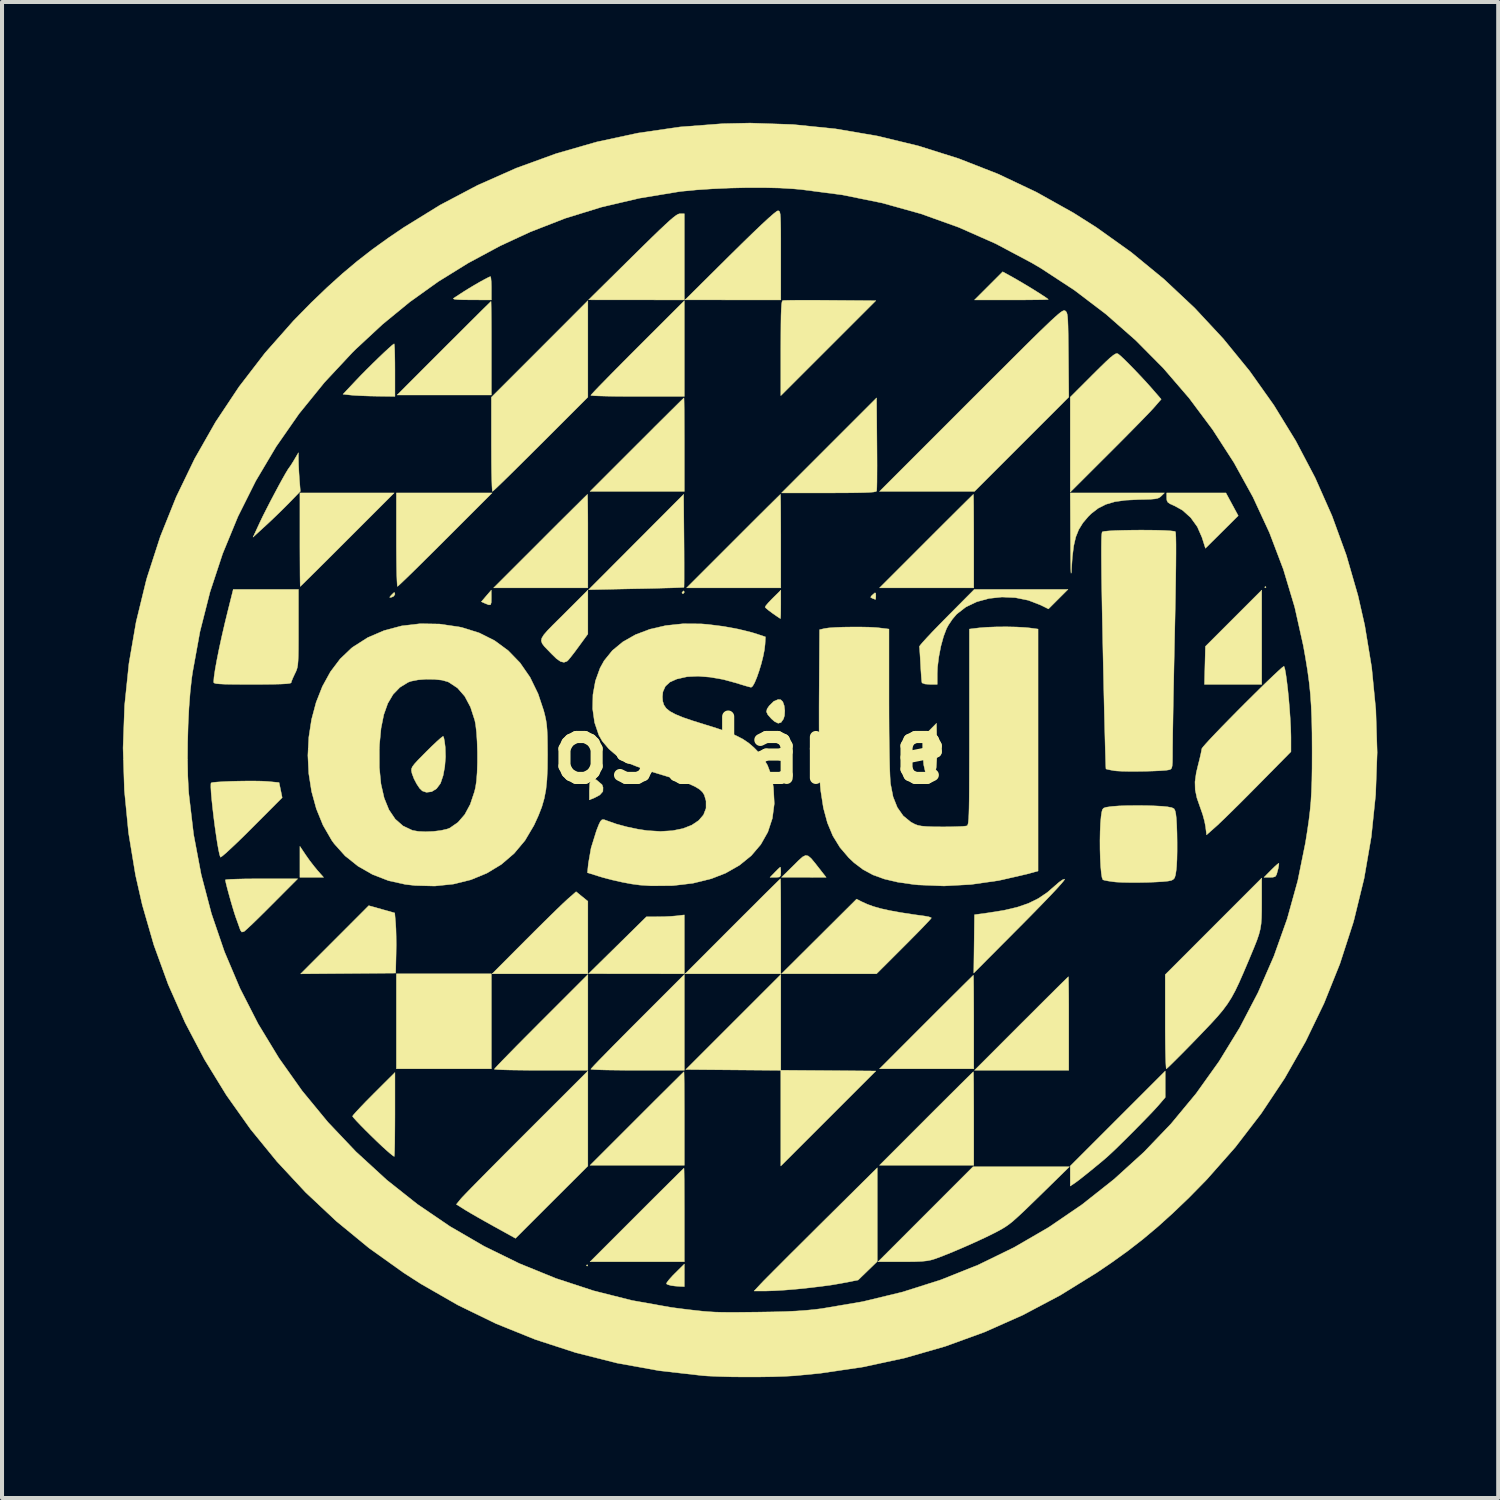
<source format=kicad_pcb>
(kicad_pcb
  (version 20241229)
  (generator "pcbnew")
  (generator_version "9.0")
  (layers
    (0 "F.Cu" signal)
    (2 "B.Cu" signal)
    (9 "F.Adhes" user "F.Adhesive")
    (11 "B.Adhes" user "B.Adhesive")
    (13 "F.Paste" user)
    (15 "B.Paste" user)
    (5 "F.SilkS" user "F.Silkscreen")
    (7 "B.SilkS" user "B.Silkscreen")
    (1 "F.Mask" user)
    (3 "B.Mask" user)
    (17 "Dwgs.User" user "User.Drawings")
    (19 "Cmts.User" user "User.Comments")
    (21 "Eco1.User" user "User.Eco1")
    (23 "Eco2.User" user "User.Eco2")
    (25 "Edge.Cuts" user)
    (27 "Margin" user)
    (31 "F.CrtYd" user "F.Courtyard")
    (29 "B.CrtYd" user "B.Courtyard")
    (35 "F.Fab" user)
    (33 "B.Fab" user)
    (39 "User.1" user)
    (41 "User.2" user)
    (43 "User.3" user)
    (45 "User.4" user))
  (footprint "osularge"
    (layer "F.Cu")
    (at 15.571 15.572)
    (property "Reference" "osularge" (at 0 0 0) (layer "F.SilkS") (effects (font (size 1.524 1.524) (thickness 0.3))))
    (attr through_hole)
    (fp_poly (pts (xy -6.423 7.91) (xy -8.781 7.91) (xy -8.781 5.552) (xy -6.423 5.552) (xy -6.423 7.91)) (stroke (width 0.01) (type solid)) (fill yes) (layer "F.SilkS"))
    (fp_poly (pts (xy -4.028 12.791) (xy -4.046 12.809) (xy -4.064 12.791) (xy -4.046 12.773) (xy -4.028 12.791)) (stroke (width 0.01) (type solid)) (fill yes) (layer "F.SilkS"))
    (fp_poly (pts (xy 12.7 -1.633) (xy 11.279 -1.633) (xy 11.303 -2.576) (xy 12.7 -3.973) (xy 12.7 -1.633)) (stroke (width 0.01) (type solid)) (fill yes) (layer "F.SilkS"))
    (fp_poly (pts (xy 12.809 -4.046) (xy 12.791 -4.028) (xy 12.773 -4.046) (xy 12.791 -4.064) (xy 12.809 -4.046)) (stroke (width 0.01) (type solid)) (fill yes) (layer "F.SilkS"))
    (fp_poly (pts (xy -11.033 2.601) (xy -10.932 2.744) (xy -10.818 2.891) (xy -10.739 2.987) (xy -10.589 3.157) (xy -11.176 3.157) (xy -11.176 2.387) (xy -11.033 2.601)) (stroke (width 0.01) (type solid)) (fill yes) (layer "F.SilkS"))
    (fp_poly (pts (xy -8.817 -3.869) (xy -8.848 -3.821) (xy -8.893 -3.799) (xy -8.945 -3.788) (xy -8.941 -3.808) (xy -8.906 -3.849) (xy -8.848 -3.907) (xy -8.823 -3.91) (xy -8.817 -3.869)) (stroke (width 0.01) (type solid)) (fill yes) (layer "F.SilkS"))
    (fp_poly (pts (xy -1.633 -3.927) (xy -1.633 -3.919) (xy -1.661 -3.884) (xy -1.671 -3.883) (xy -1.693 -3.905) (xy -1.687 -3.919) (xy -1.655 -3.953) (xy -1.649 -3.955) (xy -1.633 -3.927)) (stroke (width 0.01) (type solid)) (fill yes) (layer "F.SilkS"))
    (fp_poly (pts (xy -6.424 -3.783) (xy -6.426 -3.667) (xy -6.442 -3.612) (xy -6.485 -3.606) (xy -6.567 -3.638) (xy -6.575 -3.641) (xy -6.672 -3.685) (xy -6.549 -3.829) (xy -6.425 -3.973) (xy -6.424 -3.783)) (stroke (width 0.01) (type solid)) (fill yes) (layer "F.SilkS"))
    (fp_poly (pts (xy -1.633 5.552) (xy -2.821 5.55) (xy -4.01 5.549) (xy -3.292 4.843) (xy -2.575 4.137) (xy -2.294 4.136) (xy -2.126 4.133) (xy -1.955 4.124) (xy -1.823 4.113) (xy -1.633 4.09) (xy -1.633 5.552)) (stroke (width 0.01) (type solid)) (fill yes) (layer "F.SilkS"))
    (fp_poly (pts (xy 0.762 7.946) (xy 1.942 7.955) (xy 3.121 7.965) (xy 1.942 9.144) (xy 0.762 10.323) (xy 0.762 7.948) (xy -0.418 7.938) (xy -1.597 7.928) (xy -0.418 6.749) (xy 0.762 5.57) (xy 0.762 7.946)) (stroke (width 0.01) (type solid)) (fill yes) (layer "F.SilkS"))
    (fp_poly (pts (xy 3.118 -3.895) (xy 3.121 -3.834) (xy 3.118 -3.764) (xy 3.111 -3.74) (xy 3.075 -3.754) (xy 3.037 -3.768) (xy 2.994 -3.791) (xy 3.003 -3.821) (xy 3.046 -3.862) (xy 3.099 -3.907) (xy 3.118 -3.895)) (stroke (width 0.01) (type solid)) (fill yes) (layer "F.SilkS"))
    (fp_poly (pts (xy -1.633 13.317) (xy -1.751 13.312) (xy -1.866 13.303) (xy -1.959 13.291) (xy -2.039 13.269) (xy -2.077 13.249) (xy -2.065 13.214) (xy -2.01 13.142) (xy -1.923 13.045) (xy -1.868 12.99) (xy -1.633 12.757) (xy -1.633 13.317)) (stroke (width 0.01) (type solid)) (fill yes) (layer "F.SilkS"))
    (fp_poly (pts (xy 1.442 2.626) (xy 1.515 2.688) (xy 1.61 2.802) (xy 1.71 2.93) (xy 1.888 3.157) (xy 1.334 3.156) (xy 0.78 3.156) (xy 1.08 2.861) (xy 1.21 2.732) (xy 1.304 2.649) (xy 1.377 2.613) (xy 1.442 2.626)) (stroke (width 0.01) (type solid)) (fill yes) (layer "F.SilkS"))
    (fp_poly (pts (xy -9.145 3.95) (xy -8.822 4.041) (xy -8.8 4.297) (xy -8.792 4.435) (xy -8.787 4.621) (xy -8.785 4.831) (xy -8.788 5.041) (xy -8.788 5.044) (xy -8.799 5.534) (xy -11.158 5.553) (xy -10.312 4.706) (xy -9.467 3.86) (xy -9.145 3.95)) (stroke (width 0.01) (type solid)) (fill yes) (layer "F.SilkS"))
    (fp_poly (pts (xy 0.758 2.935) (xy 0.762 3.013) (xy 0.762 3.03) (xy 0.757 3.113) (xy 0.727 3.149) (xy 0.651 3.157) (xy 0.628 3.157) (xy 0.494 3.157) (xy 0.617 3.03) (xy 0.69 2.956) (xy 0.74 2.91) (xy 0.751 2.903) (xy 0.758 2.935)) (stroke (width 0.01) (type solid)) (fill yes) (layer "F.SilkS"))
    (fp_poly (pts (xy -4.174 3.632) (xy -4.028 3.75) (xy -4.028 5.552) (xy -6.404 5.552) (xy -5.57 4.715) (xy -5.357 4.502) (xy -5.151 4.298) (xy -4.96 4.11) (xy -4.792 3.946) (xy -4.655 3.814) (xy -4.557 3.723) (xy -4.528 3.696) (xy -4.32 3.514) (xy -4.174 3.632)) (stroke (width 0.01) (type solid)) (fill yes) (layer "F.SilkS"))
    (fp_poly (pts (xy 13.126 2.809) (xy 13.125 2.848) (xy 13.11 2.934) (xy 13.096 2.989) (xy 13.068 3.09) (xy 13.035 3.139) (xy 12.976 3.155) (xy 12.906 3.157) (xy 12.757 3.157) (xy 12.935 2.976) (xy 13.024 2.889) (xy 13.092 2.829) (xy 13.125 2.808) (xy 13.126 2.809)) (stroke (width 0.01) (type solid)) (fill yes) (layer "F.SilkS"))
    (fp_poly (pts (xy -3.82 0.735) (xy -3.782 0.766) (xy -3.716 0.823) (xy -3.68 0.852) (xy -3.678 0.853) (xy -3.666 0.882) (xy -3.651 0.927) (xy -3.655 1.025) (xy -3.731 1.112) (xy -3.855 1.179) (xy -3.991 1.235) (xy -3.991 1.003) (xy -3.982 0.835) (xy -3.951 0.736) (xy -3.898 0.703) (xy -3.82 0.735)) (stroke (width 0.01) (type solid)) (fill yes) (layer "F.SilkS"))
    (fp_poly (pts (xy -1.633 -11.176) (xy -2.821 -11.178) (xy -4.01 -11.179) (xy -2.928 -12.248) (xy -2.657 -12.515) (xy -2.433 -12.734) (xy -2.25 -12.911) (xy -2.103 -13.049) (xy -1.989 -13.153) (xy -1.901 -13.228) (xy -1.835 -13.277) (xy -1.787 -13.305) (xy -1.751 -13.316) (xy -1.739 -13.317) (xy -1.633 -13.317) (xy -1.633 -11.176)) (stroke (width 0.01) (type solid)) (fill yes) (layer "F.SilkS"))
    (fp_poly (pts (xy 4.636 -0.123) (xy 4.636 0.184) (xy 4.621 0.421) (xy 4.593 0.588) (xy 4.551 0.684) (xy 4.494 0.711) (xy 4.424 0.669) (xy 4.409 0.654) (xy 4.35 0.543) (xy 4.309 0.363) (xy 4.288 0.113) (xy 4.284 -0.042) (xy 4.282 -0.321) (xy 4.454 -0.493) (xy 4.626 -0.666) (xy 4.636 -0.123)) (stroke (width 0.01) (type solid)) (fill yes) (layer "F.SilkS"))
    (fp_poly (pts (xy 11.076 -6.386) (xy 11.811 -6.386) (xy 12.117 -5.82) (xy 11.71 -5.415) (xy 11.303 -5.011) (xy 11.216 -5.285) (xy 11.101 -5.546) (xy 10.937 -5.773) (xy 10.736 -5.954) (xy 10.54 -6.063) (xy 10.428 -6.113) (xy 10.369 -6.154) (xy 10.345 -6.204) (xy 10.341 -6.266) (xy 10.341 -6.386) (xy 11.076 -6.386)) (stroke (width 0.01) (type solid)) (fill yes) (layer "F.SilkS"))
    (fp_poly (pts (xy 0.76 -1.252) (xy 0.811 -1.202) (xy 0.846 -1.104) (xy 0.861 -0.982) (xy 0.854 -0.859) (xy 0.828 -0.774) (xy 0.768 -0.688) (xy 0.696 -0.667) (xy 0.604 -0.713) (xy 0.529 -0.779) (xy 0.441 -0.878) (xy 0.406 -0.953) (xy 0.422 -1.025) (xy 0.475 -1.102) (xy 0.587 -1.212) (xy 0.696 -1.258) (xy 0.76 -1.252)) (stroke (width 0.01) (type solid)) (fill yes) (layer "F.SilkS"))
    (fp_poly (pts (xy 0.762 -3.618) (xy 0.761 -3.468) (xy 0.759 -3.35) (xy 0.755 -3.279) (xy 0.753 -3.266) (xy 0.721 -3.285) (xy 0.647 -3.335) (xy 0.562 -3.394) (xy 0.465 -3.466) (xy 0.396 -3.523) (xy 0.372 -3.55) (xy 0.391 -3.586) (xy 0.451 -3.658) (xy 0.54 -3.751) (xy 0.562 -3.773) (xy 0.762 -3.971) (xy 0.762 -3.618)) (stroke (width 0.01) (type solid)) (fill yes) (layer "F.SilkS"))
    (fp_poly (pts (xy -1.641 -5.202) (xy -1.639 -4.921) (xy -1.638 -4.664) (xy -1.638 -4.44) (xy -1.638 -4.258) (xy -1.639 -4.126) (xy -1.641 -4.054) (xy -1.643 -4.042) (xy -1.68 -4.039) (xy -1.781 -4.035) (xy -1.938 -4.029) (xy -2.142 -4.024) (xy -2.383 -4.017) (xy -2.654 -4.011) (xy -2.831 -4.008) (xy -4.01 -3.983) (xy -1.651 -6.35) (xy -1.641 -5.202)) (stroke (width 0.01) (type solid)) (fill yes) (layer "F.SilkS"))
    (fp_poly (pts (xy -9.997 -5.225) (xy -10.236 -4.986) (xy -10.458 -4.764) (xy -10.659 -4.564) (xy -10.834 -4.39) (xy -10.978 -4.248) (xy -11.084 -4.143) (xy -11.149 -4.08) (xy -11.167 -4.064) (xy -11.169 -4.099) (xy -11.171 -4.198) (xy -11.173 -4.352) (xy -11.174 -4.553) (xy -11.175 -4.792) (xy -11.176 -5.061) (xy -11.176 -5.225) (xy -11.176 -6.386) (xy -8.836 -6.386) (xy -9.997 -5.225)) (stroke (width 0.01) (type solid)) (fill yes) (layer "F.SilkS"))
    (fp_poly (pts (xy -7.566 -5.225) (xy -7.805 -4.986) (xy -8.029 -4.764) (xy -8.232 -4.563) (xy -8.409 -4.389) (xy -8.555 -4.248) (xy -8.665 -4.143) (xy -8.733 -4.08) (xy -8.754 -4.064) (xy -8.76 -4.099) (xy -8.766 -4.198) (xy -8.772 -4.352) (xy -8.776 -4.553) (xy -8.779 -4.792) (xy -8.781 -5.061) (xy -8.781 -5.225) (xy -8.781 -6.386) (xy -6.405 -6.386) (xy -7.566 -5.225)) (stroke (width 0.01) (type solid)) (fill yes) (layer "F.SilkS"))
    (fp_poly (pts (xy -6.43 -11.105) (xy -6.428 -11.006) (xy -6.426 -10.852) (xy -6.424 -10.651) (xy -6.423 -10.411) (xy -6.423 -10.143) (xy -6.423 -9.979) (xy -6.423 -8.817) (xy -8.763 -8.817) (xy -7.602 -9.979) (xy -7.363 -10.217) (xy -7.14 -10.439) (xy -6.939 -10.64) (xy -6.764 -10.814) (xy -6.621 -10.956) (xy -6.514 -11.06) (xy -6.45 -11.123) (xy -6.432 -11.14) (xy -6.43 -11.105)) (stroke (width 0.01) (type solid)) (fill yes) (layer "F.SilkS"))
    (fp_poly (pts (xy -4.035 -6.315) (xy -4.033 -6.216) (xy -4.031 -6.062) (xy -4.029 -5.861) (xy -4.028 -5.622) (xy -4.028 -5.353) (xy -4.028 -5.189) (xy -4.028 -4.028) (xy -6.368 -4.028) (xy -5.207 -5.189) (xy -4.968 -5.428) (xy -4.746 -5.65) (xy -4.544 -5.85) (xy -4.369 -6.024) (xy -4.226 -6.166) (xy -4.12 -6.271) (xy -4.055 -6.334) (xy -4.037 -6.35) (xy -4.035 -6.315)) (stroke (width 0.01) (type solid)) (fill yes) (layer "F.SilkS"))
    (fp_poly (pts (xy -4.028 7.947) (xy -5.189 7.947) (xy -5.471 7.946) (xy -5.728 7.943) (xy -5.952 7.94) (xy -6.134 7.935) (xy -6.266 7.929) (xy -6.338 7.923) (xy -6.35 7.919) (xy -6.325 7.889) (xy -6.254 7.812) (xy -6.142 7.695) (xy -5.993 7.543) (xy -5.814 7.36) (xy -5.608 7.152) (xy -5.382 6.925) (xy -5.189 6.731) (xy -4.028 5.57) (xy -4.028 7.947)) (stroke (width 0.01) (type solid)) (fill yes) (layer "F.SilkS"))
    (fp_poly (pts (xy -1.64 -8.71) (xy -1.638 -8.611) (xy -1.636 -8.457) (xy -1.635 -8.256) (xy -1.634 -8.017) (xy -1.633 -7.748) (xy -1.633 -7.584) (xy -1.633 -6.423) (xy -3.973 -6.423) (xy -2.812 -7.584) (xy -2.573 -7.822) (xy -2.351 -8.045) (xy -2.149 -8.245) (xy -1.974 -8.419) (xy -1.831 -8.561) (xy -1.725 -8.666) (xy -1.66 -8.728) (xy -1.642 -8.745) (xy -1.64 -8.71)) (stroke (width 0.01) (type solid)) (fill yes) (layer "F.SilkS"))
    (fp_poly (pts (xy -1.64 8.018) (xy -1.638 8.117) (xy -1.636 8.271) (xy -1.635 8.472) (xy -1.634 8.711) (xy -1.633 8.98) (xy -1.633 9.144) (xy -1.633 10.305) (xy -3.973 10.305) (xy -2.812 9.144) (xy -2.573 8.905) (xy -2.351 8.683) (xy -2.149 8.483) (xy -1.974 8.309) (xy -1.831 8.167) (xy -1.725 8.062) (xy -1.66 7.999) (xy -1.642 7.983) (xy -1.64 8.018)) (stroke (width 0.01) (type solid)) (fill yes) (layer "F.SilkS"))
    (fp_poly (pts (xy -1.64 10.413) (xy -1.638 10.511) (xy -1.636 10.666) (xy -1.635 10.867) (xy -1.634 11.106) (xy -1.633 11.375) (xy -1.633 11.539) (xy -1.633 12.7) (xy -3.973 12.7) (xy -2.812 11.539) (xy -2.573 11.3) (xy -2.351 11.078) (xy -2.149 10.878) (xy -1.974 10.704) (xy -1.831 10.562) (xy -1.725 10.457) (xy -1.66 10.394) (xy -1.642 10.378) (xy -1.64 10.413)) (stroke (width 0.01) (type solid)) (fill yes) (layer "F.SilkS"))
    (fp_poly (pts (xy -1.633 -8.781) (xy -2.794 -8.781) (xy -3.076 -8.782) (xy -3.333 -8.784) (xy -3.557 -8.788) (xy -3.739 -8.793) (xy -3.871 -8.798) (xy -3.944 -8.805) (xy -3.955 -8.809) (xy -3.93 -8.839) (xy -3.859 -8.916) (xy -3.747 -9.033) (xy -3.598 -9.185) (xy -3.419 -9.368) (xy -3.213 -9.576) (xy -2.988 -9.803) (xy -2.794 -9.997) (xy -1.633 -11.157) (xy -1.633 -8.781)) (stroke (width 0.01) (type solid)) (fill yes) (layer "F.SilkS"))
    (fp_poly (pts (xy -1.633 7.947) (xy -2.794 7.947) (xy -3.076 7.946) (xy -3.333 7.943) (xy -3.557 7.94) (xy -3.739 7.935) (xy -3.871 7.929) (xy -3.944 7.923) (xy -3.955 7.919) (xy -3.93 7.889) (xy -3.859 7.812) (xy -3.747 7.695) (xy -3.598 7.543) (xy -3.419 7.36) (xy -3.213 7.152) (xy -2.988 6.925) (xy -2.794 6.731) (xy -1.633 5.57) (xy -1.633 7.947)) (stroke (width 0.01) (type solid)) (fill yes) (layer "F.SilkS"))
    (fp_poly (pts (xy 0.755 3.228) (xy 0.757 3.327) (xy 0.759 3.481) (xy 0.76 3.683) (xy 0.761 3.923) (xy 0.762 4.193) (xy 0.762 4.372) (xy 0.762 5.552) (xy -1.614 5.552) (xy -0.435 4.372) (xy -0.195 4.132) (xy 0.03 3.908) (xy 0.233 3.705) (xy 0.41 3.529) (xy 0.556 3.385) (xy 0.665 3.278) (xy 0.732 3.212) (xy 0.753 3.193) (xy 0.755 3.228)) (stroke (width 0.01) (type solid)) (fill yes) (layer "F.SilkS"))
    (fp_poly (pts (xy 0.755 -6.315) (xy 0.757 -6.216) (xy 0.759 -6.062) (xy 0.76 -5.861) (xy 0.761 -5.622) (xy 0.762 -5.353) (xy 0.762 -5.189) (xy 0.762 -4.028) (xy -1.578 -4.028) (xy -0.417 -5.189) (xy -0.178 -5.428) (xy 0.044 -5.65) (xy 0.245 -5.85) (xy 0.42 -6.024) (xy 0.564 -6.166) (xy 0.67 -6.271) (xy 0.735 -6.334) (xy 0.753 -6.35) (xy 0.755 -6.315)) (stroke (width 0.01) (type solid)) (fill yes) (layer "F.SilkS"))
    (fp_poly (pts (xy 5.545 -6.315) (xy 5.547 -6.216) (xy 5.549 -6.062) (xy 5.55 -5.861) (xy 5.551 -5.622) (xy 5.552 -5.353) (xy 5.552 -5.189) (xy 5.552 -4.028) (xy 3.212 -4.028) (xy 4.372 -5.189) (xy 4.611 -5.428) (xy 4.834 -5.65) (xy 5.035 -5.85) (xy 5.21 -6.024) (xy 5.353 -6.166) (xy 5.46 -6.271) (xy 5.524 -6.334) (xy 5.542 -6.35) (xy 5.545 -6.315)) (stroke (width 0.01) (type solid)) (fill yes) (layer "F.SilkS"))
    (fp_poly (pts (xy 5.545 5.623) (xy 5.547 5.722) (xy 5.549 5.876) (xy 5.55 6.077) (xy 5.551 6.316) (xy 5.552 6.585) (xy 5.552 6.749) (xy 5.552 7.91) (xy 3.212 7.91) (xy 4.372 6.749) (xy 4.611 6.51) (xy 4.834 6.288) (xy 5.035 6.088) (xy 5.21 5.914) (xy 5.353 5.772) (xy 5.46 5.667) (xy 5.524 5.604) (xy 5.542 5.588) (xy 5.545 5.623)) (stroke (width 0.01) (type solid)) (fill yes) (layer "F.SilkS"))
    (fp_poly (pts (xy 5.545 8.018) (xy 5.547 8.117) (xy 5.549 8.271) (xy 5.55 8.472) (xy 5.551 8.711) (xy 5.552 8.98) (xy 5.552 9.144) (xy 5.552 10.305) (xy 3.212 10.305) (xy 4.372 9.144) (xy 4.611 8.905) (xy 4.834 8.683) (xy 5.035 8.483) (xy 5.21 8.309) (xy 5.353 8.167) (xy 5.46 8.062) (xy 5.524 7.999) (xy 5.542 7.983) (xy 5.545 8.018)) (stroke (width 0.01) (type solid)) (fill yes) (layer "F.SilkS"))
    (fp_poly (pts (xy 6.519 -11.739) (xy 6.646 -11.666) (xy 6.794 -11.579) (xy 6.949 -11.486) (xy 7.099 -11.393) (xy 7.231 -11.309) (xy 7.333 -11.242) (xy 7.392 -11.2) (xy 7.402 -11.189) (xy 7.368 -11.186) (xy 7.27 -11.182) (xy 7.119 -11.18) (xy 6.925 -11.178) (xy 6.697 -11.176) (xy 6.486 -11.176) (xy 5.57 -11.176) (xy 5.92 -11.526) (xy 6.27 -11.876) (xy 6.519 -11.739)) (stroke (width 0.01) (type solid)) (fill yes) (layer "F.SilkS"))
    (fp_poly (pts (xy 7.903 5.659) (xy 7.905 5.758) (xy 7.907 5.912) (xy 7.909 6.113) (xy 7.91 6.353) (xy 7.91 6.621) (xy 7.91 6.785) (xy 7.91 7.947) (xy 5.57 7.947) (xy 6.731 6.785) (xy 6.97 6.547) (xy 7.192 6.325) (xy 7.394 6.124) (xy 7.569 5.95) (xy 7.712 5.808) (xy 7.818 5.704) (xy 7.883 5.641) (xy 7.901 5.624) (xy 7.903 5.659)) (stroke (width 0.01) (type solid)) (fill yes) (layer "F.SilkS"))
    (fp_poly (pts (xy 1.582 -11.17) (xy 1.854 -11.168) (xy 1.987 -11.167) (xy 3.121 -11.158) (xy 1.942 -9.979) (xy 0.762 -8.8) (xy 0.762 -9.971) (xy 0.763 -10.31) (xy 0.765 -10.582) (xy 0.768 -10.794) (xy 0.774 -10.951) (xy 0.781 -11.06) (xy 0.791 -11.127) (xy 0.804 -11.157) (xy 0.808 -11.16) (xy 0.854 -11.164) (xy 0.964 -11.167) (xy 1.128 -11.169) (xy 1.337 -11.17) (xy 1.582 -11.17)) (stroke (width 0.01) (type solid)) (fill yes) (layer "F.SilkS"))
    (fp_poly (pts (xy 3.148 -7.611) (xy 3.15 -7.33) (xy 3.151 -7.072) (xy 3.15 -6.845) (xy 3.149 -6.658) (xy 3.146 -6.522) (xy 3.142 -6.445) (xy 3.14 -6.432) (xy 3.119 -6.419) (xy 3.064 -6.408) (xy 2.967 -6.4) (xy 2.824 -6.394) (xy 2.628 -6.39) (xy 2.373 -6.387) (xy 2.054 -6.386) (xy 1.952 -6.386) (xy 0.781 -6.386) (xy 1.96 -7.566) (xy 3.139 -8.745) (xy 3.148 -7.611)) (stroke (width 0.01) (type solid)) (fill yes) (layer "F.SilkS"))
    (fp_poly (pts (xy -4.028 -8.763) (xy -5.198 -7.593) (xy -5.439 -7.353) (xy -5.664 -7.13) (xy -5.868 -6.928) (xy -6.046 -6.753) (xy -6.193 -6.61) (xy -6.304 -6.504) (xy -6.373 -6.44) (xy -6.396 -6.423) (xy -6.402 -6.457) (xy -6.408 -6.556) (xy -6.413 -6.711) (xy -6.418 -6.912) (xy -6.421 -7.151) (xy -6.422 -7.421) (xy -6.423 -7.592) (xy -6.423 -8.761) (xy -5.225 -9.959) (xy -4.028 -11.158) (xy -4.028 -8.763)) (stroke (width 0.01) (type solid)) (fill yes) (layer "F.SilkS"))
    (fp_poly (pts (xy -4.028 -2.883) (xy -4.264 -2.56) (xy -4.363 -2.426) (xy -4.451 -2.313) (xy -4.516 -2.235) (xy -4.545 -2.207) (xy -4.621 -2.18) (xy -4.705 -2.2) (xy -4.807 -2.271) (xy -4.925 -2.386) (xy -5.031 -2.495) (xy -5.112 -2.58) (xy -5.163 -2.65) (xy -5.184 -2.715) (xy -5.17 -2.784) (xy -5.119 -2.866) (xy -5.029 -2.97) (xy -4.897 -3.106) (xy -4.719 -3.282) (xy -4.632 -3.368) (xy -4.028 -3.973) (xy -4.028 -2.883)) (stroke (width 0.01) (type solid)) (fill yes) (layer "F.SilkS"))
    (fp_poly (pts (xy -4.028 10.324) (xy -4.926 11.221) (xy -5.824 12.118) (xy -6.368 11.817) (xy -6.565 11.707) (xy -6.754 11.6) (xy -6.921 11.504) (xy -7.049 11.428) (xy -7.102 11.395) (xy -7.292 11.275) (xy -7.186 11.144) (xy -7.142 11.095) (xy -7.05 10.999) (xy -6.918 10.863) (xy -6.748 10.69) (xy -6.547 10.486) (xy -6.318 10.255) (xy -6.068 10.003) (xy -5.8 9.735) (xy -5.554 9.489) (xy -4.028 7.965) (xy -4.028 10.324)) (stroke (width 0.01) (type solid)) (fill yes) (layer "F.SilkS"))
    (fp_poly (pts (xy 0.709 -13.387) (xy 0.726 -13.376) (xy 0.738 -13.349) (xy 0.748 -13.297) (xy 0.754 -13.213) (xy 0.758 -13.09) (xy 0.761 -12.921) (xy 0.762 -12.696) (xy 0.762 -12.41) (xy 0.762 -12.283) (xy 0.762 -11.176) (xy -0.426 -11.177) (xy -1.615 -11.178) (xy -0.5 -12.284) (xy -0.196 -12.583) (xy 0.066 -12.838) (xy 0.284 -13.046) (xy 0.457 -13.206) (xy 0.584 -13.317) (xy 0.663 -13.378) (xy 0.689 -13.389) (xy 0.709 -13.387)) (stroke (width 0.01) (type solid)) (fill yes) (layer "F.SilkS"))
    (fp_poly (pts (xy -8.831 -10.053) (xy -8.825 -9.958) (xy -8.821 -9.812) (xy -8.818 -9.629) (xy -8.817 -9.434) (xy -8.817 -8.781) (xy -9.262 -8.787) (xy -9.457 -8.791) (xy -9.647 -8.798) (xy -9.808 -8.806) (xy -9.906 -8.814) (xy -10.106 -8.836) (xy -9.797 -9.164) (xy -9.67 -9.297) (xy -9.527 -9.442) (xy -9.376 -9.592) (xy -9.228 -9.736) (xy -9.091 -9.867) (xy -8.974 -9.975) (xy -8.888 -10.051) (xy -8.841 -10.086) (xy -8.837 -10.087) (xy -8.831 -10.053)) (stroke (width 0.01) (type solid)) (fill yes) (layer "F.SilkS"))
    (fp_poly (pts (xy -6.435 -11.723) (xy -6.427 -11.634) (xy -6.423 -11.507) (xy -6.423 -11.466) (xy -6.423 -11.176) (xy -6.921 -11.178) (xy -7.122 -11.18) (xy -7.258 -11.185) (xy -7.337 -11.193) (xy -7.367 -11.205) (xy -7.357 -11.222) (xy -7.354 -11.223) (xy -7.287 -11.267) (xy -7.186 -11.333) (xy -7.106 -11.385) (xy -6.984 -11.461) (xy -6.847 -11.543) (xy -6.709 -11.623) (xy -6.586 -11.69) (xy -6.493 -11.738) (xy -6.447 -11.757) (xy -6.446 -11.757) (xy -6.435 -11.723)) (stroke (width 0.01) (type solid)) (fill yes) (layer "F.SilkS"))
    (fp_poly (pts (xy 2.764 3.759) (xy 2.903 3.823) (xy 3.06 3.88) (xy 3.245 3.933) (xy 3.467 3.982) (xy 3.736 4.031) (xy 4.061 4.081) (xy 4.345 4.12) (xy 4.439 4.138) (xy 4.494 4.159) (xy 4.499 4.166) (xy 4.475 4.198) (xy 4.405 4.273) (xy 4.298 4.386) (xy 4.159 4.529) (xy 3.995 4.695) (xy 3.819 4.872) (xy 3.138 5.552) (xy 1.959 5.551) (xy 0.78 5.551) (xy 1.712 4.624) (xy 2.643 3.697) (xy 2.764 3.759)) (stroke (width 0.01) (type solid)) (fill yes) (layer "F.SilkS"))
    (fp_poly (pts (xy 7.807 3.202) (xy 7.794 3.231) (xy 7.731 3.308) (xy 7.622 3.43) (xy 7.469 3.593) (xy 7.275 3.795) (xy 7.043 4.033) (xy 6.775 4.305) (xy 6.704 4.376) (xy 5.552 5.534) (xy 5.561 4.809) (xy 5.57 4.085) (xy 5.906 4.039) (xy 6.296 3.977) (xy 6.625 3.9) (xy 6.907 3.804) (xy 7.153 3.683) (xy 7.376 3.533) (xy 7.571 3.364) (xy 7.67 3.278) (xy 7.753 3.22) (xy 7.805 3.201) (xy 7.807 3.202)) (stroke (width 0.01) (type solid)) (fill yes) (layer "F.SilkS"))
    (fp_poly (pts (xy 10.305 8.621) (xy 10.135 8.819) (xy 10.046 8.918) (xy 9.916 9.055) (xy 9.757 9.219) (xy 9.581 9.398) (xy 9.399 9.581) (xy 9.223 9.755) (xy 9.066 9.909) (xy 8.937 10.03) (xy 8.872 10.09) (xy 8.744 10.2) (xy 8.594 10.324) (xy 8.438 10.452) (xy 8.288 10.572) (xy 8.161 10.672) (xy 8.068 10.741) (xy 8.046 10.756) (xy 7.947 10.821) (xy 7.947 10.323) (xy 9.126 9.144) (xy 10.305 7.965) (xy 10.305 8.621)) (stroke (width 0.01) (type solid)) (fill yes) (layer "F.SilkS"))
    (fp_poly (pts (xy 3.157 12.693) (xy 2.681 13.154) (xy 2.275 13.233) (xy 2.049 13.272) (xy 1.775 13.31) (xy 1.474 13.346) (xy 1.165 13.378) (xy 0.868 13.403) (xy 0.602 13.419) (xy 0.387 13.426) (xy 0.38 13.426) (xy 0.099 13.426) (xy 0.274 13.239) (xy 0.333 13.177) (xy 0.439 13.07) (xy 0.585 12.923) (xy 0.766 12.742) (xy 0.975 12.532) (xy 1.209 12.3) (xy 1.46 12.05) (xy 1.723 11.788) (xy 1.803 11.709) (xy 3.157 10.367) (xy 3.157 12.693)) (stroke (width 0.01) (type solid)) (fill yes) (layer "F.SilkS"))
    (fp_poly (pts (xy -11.212 -7.203) (xy -11.209 -7.076) (xy -11.201 -6.91) (xy -11.19 -6.74) (xy -11.189 -6.723) (xy -11.165 -6.426) (xy -11.434 -6.148) (xy -11.58 -6.001) (xy -11.754 -5.831) (xy -11.928 -5.665) (xy -12.021 -5.579) (xy -12.339 -5.288) (xy -12.173 -5.647) (xy -12.101 -5.798) (xy -12.01 -5.978) (xy -11.909 -6.175) (xy -11.803 -6.376) (xy -11.7 -6.569) (xy -11.605 -6.742) (xy -11.526 -6.881) (xy -11.469 -6.975) (xy -11.449 -7.003) (xy -11.405 -7.065) (xy -11.343 -7.163) (xy -11.309 -7.221) (xy -11.213 -7.384) (xy -11.212 -7.203)) (stroke (width 0.01) (type solid)) (fill yes) (layer "F.SilkS"))
    (fp_poly (pts (xy 7.184 11.068) (xy 6.965 11.281) (xy 6.79 11.45) (xy 6.648 11.582) (xy 6.533 11.685) (xy 6.434 11.765) (xy 6.343 11.829) (xy 6.252 11.885) (xy 6.152 11.94) (xy 6.06 11.988) (xy 5.84 12.096) (xy 5.585 12.214) (xy 5.315 12.334) (xy 5.048 12.448) (xy 4.804 12.547) (xy 4.603 12.623) (xy 4.578 12.631) (xy 4.487 12.658) (xy 4.387 12.677) (xy 4.262 12.69) (xy 4.1 12.697) (xy 3.885 12.7) (xy 3.777 12.7) (xy 3.175 12.7) (xy 5.533 10.341) (xy 7.927 10.341) (xy 7.184 11.068)) (stroke (width 0.01) (type solid)) (fill yes) (layer "F.SilkS"))
    (fp_poly (pts (xy -8.817 9.045) (xy -8.818 9.311) (xy -8.82 9.553) (xy -8.822 9.76) (xy -8.826 9.924) (xy -8.83 10.035) (xy -8.834 10.086) (xy -8.835 10.087) (xy -8.87 10.065) (xy -8.941 10.008) (xy -9.007 9.951) (xy -9.127 9.843) (xy -9.262 9.715) (xy -9.404 9.577) (xy -9.543 9.44) (xy -9.669 9.312) (xy -9.771 9.205) (xy -9.842 9.126) (xy -9.87 9.088) (xy -9.87 9.087) (xy -9.845 9.052) (xy -9.776 8.974) (xy -9.671 8.862) (xy -9.538 8.723) (xy -9.383 8.567) (xy -9.344 8.527) (xy -8.817 8.002) (xy -8.817 9.045)) (stroke (width 0.01) (type solid)) (fill yes) (layer "F.SilkS"))
    (fp_poly (pts (xy 9.13 -9.84) (xy 9.185 -9.797) (xy 9.278 -9.711) (xy 9.399 -9.591) (xy 9.539 -9.448) (xy 9.688 -9.291) (xy 9.835 -9.133) (xy 9.971 -8.981) (xy 10.01 -8.936) (xy 10.205 -8.711) (xy 10.022 -8.501) (xy 9.953 -8.426) (xy 9.84 -8.308) (xy 9.691 -8.154) (xy 9.511 -7.971) (xy 9.309 -7.766) (xy 9.091 -7.547) (xy 8.892 -7.348) (xy 7.947 -6.405) (xy 7.947 -8.764) (xy 8.504 -9.321) (xy 8.691 -9.506) (xy 8.833 -9.644) (xy 8.939 -9.742) (xy 9.016 -9.804) (xy 9.069 -9.837) (xy 9.106 -9.847) (xy 9.13 -9.84)) (stroke (width 0.01) (type solid)) (fill yes) (layer "F.SilkS"))
    (fp_poly (pts (xy -11.866 3.83) (xy -12.044 4.008) (xy -12.208 4.17) (xy -12.35 4.308) (xy -12.463 4.414) (xy -12.538 4.482) (xy -12.564 4.503) (xy -12.618 4.516) (xy -12.653 4.47) (xy -12.658 4.456) (xy -12.686 4.377) (xy -12.728 4.259) (xy -12.766 4.155) (xy -12.802 4.047) (xy -12.846 3.903) (xy -12.894 3.739) (xy -12.94 3.573) (xy -12.981 3.422) (xy -13.011 3.301) (xy -13.026 3.229) (xy -13.026 3.22) (xy -12.992 3.213) (xy -12.894 3.206) (xy -12.744 3.201) (xy -12.55 3.196) (xy -12.323 3.194) (xy -12.129 3.193) (xy -11.231 3.193) (xy -11.866 3.83)) (stroke (width 0.01) (type solid)) (fill yes) (layer "F.SilkS"))
    (fp_poly (pts (xy -7.602 -0.302) (xy -7.585 -0.208) (xy -7.569 -0.08) (xy -7.568 -0.064) (xy -7.561 0.17) (xy -7.58 0.41) (xy -7.621 0.631) (xy -7.681 0.81) (xy -7.691 0.832) (xy -7.785 0.957) (xy -7.905 1.031) (xy -8.035 1.047) (xy -8.136 1.013) (xy -8.203 0.949) (xy -8.276 0.84) (xy -8.344 0.71) (xy -8.392 0.583) (xy -8.4 0.549) (xy -8.408 0.5) (xy -8.403 0.455) (xy -8.379 0.404) (xy -8.328 0.338) (xy -8.244 0.246) (xy -8.118 0.118) (xy -8.035 0.034) (xy -7.898 -0.101) (xy -7.778 -0.214) (xy -7.686 -0.296) (xy -7.63 -0.339) (xy -7.618 -0.343) (xy -7.602 -0.302)) (stroke (width 0.01) (type solid)) (fill yes) (layer "F.SilkS"))
    (fp_poly (pts (xy 7.816 -10.909) (xy 7.819 -10.908) (xy 7.84 -10.891) (xy 7.857 -10.866) (xy 7.87 -10.825) (xy 7.88 -10.76) (xy 7.887 -10.662) (xy 7.892 -10.525) (xy 7.896 -10.338) (xy 7.899 -10.094) (xy 7.902 -9.812) (xy 7.911 -8.765) (xy 6.741 -7.594) (xy 5.57 -6.423) (xy 3.212 -6.423) (xy 5.478 -8.69) (xy 5.872 -9.083) (xy 6.218 -9.428) (xy 6.519 -9.728) (xy 6.778 -9.986) (xy 6.999 -10.205) (xy 7.185 -10.387) (xy 7.34 -10.536) (xy 7.465 -10.656) (xy 7.566 -10.748) (xy 7.644 -10.817) (xy 7.703 -10.865) (xy 7.747 -10.895) (xy 7.778 -10.91) (xy 7.8 -10.914) (xy 7.816 -10.909)) (stroke (width 0.01) (type solid)) (fill yes) (layer "F.SilkS"))
    (fp_poly (pts (xy 10.206 -6.308) (xy 10.168 -6.275) (xy 10.121 -6.253) (xy 10.052 -6.238) (xy 9.946 -6.229) (xy 9.79 -6.224) (xy 9.645 -6.221) (xy 9.32 -6.205) (xy 9.052 -6.167) (xy 8.829 -6.101) (xy 8.639 -6.004) (xy 8.468 -5.872) (xy 8.395 -5.8) (xy 8.261 -5.642) (xy 8.159 -5.477) (xy 8.084 -5.291) (xy 8.033 -5.07) (xy 7.999 -4.799) (xy 7.985 -4.59) (xy 7.978 -4.473) (xy 7.972 -4.405) (xy 7.967 -4.391) (xy 7.963 -4.433) (xy 7.96 -4.535) (xy 7.957 -4.7) (xy 7.955 -4.93) (xy 7.953 -5.23) (xy 7.953 -5.252) (xy 7.947 -6.386) (xy 10.285 -6.386) (xy 10.206 -6.308)) (stroke (width 0.01) (type solid)) (fill yes) (layer "F.SilkS"))
    (fp_poly (pts (xy -12.128 0.769) (xy -11.994 0.776) (xy -11.968 0.778) (xy -11.693 0.804) (xy -11.654 0.991) (xy -11.616 1.179) (xy -12.371 1.936) (xy -12.562 2.126) (xy -12.737 2.296) (xy -12.89 2.44) (xy -13.012 2.553) (xy -13.1 2.627) (xy -13.145 2.657) (xy -13.149 2.656) (xy -13.17 2.594) (xy -13.196 2.475) (xy -13.225 2.311) (xy -13.255 2.115) (xy -13.286 1.898) (xy -13.315 1.672) (xy -13.341 1.45) (xy -13.363 1.244) (xy -13.379 1.064) (xy -13.387 0.925) (xy -13.386 0.837) (xy -13.38 0.813) (xy -13.334 0.801) (xy -13.229 0.791) (xy -13.079 0.782) (xy -12.897 0.774) (xy -12.698 0.769) (xy -12.494 0.766) (xy -12.299 0.766) (xy -12.128 0.769)) (stroke (width 0.01) (type solid)) (fill yes) (layer "F.SilkS"))
    (fp_poly (pts (xy -11.212 -3.033) (xy -11.212 -2.744) (xy -11.213 -2.518) (xy -11.216 -2.346) (xy -11.221 -2.217) (xy -11.229 -2.121) (xy -11.241 -2.05) (xy -11.258 -1.992) (xy -11.28 -1.94) (xy -11.303 -1.894) (xy -11.353 -1.787) (xy -11.386 -1.704) (xy -11.394 -1.673) (xy -11.42 -1.66) (xy -11.503 -1.649) (xy -11.645 -1.641) (xy -11.85 -1.636) (xy -12.121 -1.633) (xy -12.355 -1.633) (xy -12.648 -1.633) (xy -12.875 -1.635) (xy -13.046 -1.638) (xy -13.167 -1.644) (xy -13.247 -1.651) (xy -13.294 -1.662) (xy -13.314 -1.677) (xy -13.317 -1.688) (xy -13.308 -1.813) (xy -13.281 -1.998) (xy -13.238 -2.236) (xy -13.182 -2.516) (xy -13.114 -2.829) (xy -13.036 -3.166) (xy -12.965 -3.456) (xy -12.831 -3.991) (xy -11.212 -3.991) (xy -11.212 -3.033)) (stroke (width 0.01) (type solid)) (fill yes) (layer "F.SilkS"))
    (fp_poly (pts (xy 12.7 3.777) (xy 12.699 3.993) (xy 12.695 4.166) (xy 12.685 4.311) (xy 12.664 4.443) (xy 12.63 4.576) (xy 12.579 4.725) (xy 12.507 4.906) (xy 12.412 5.134) (xy 12.373 5.228) (xy 12.247 5.524) (xy 12.14 5.767) (xy 12.044 5.969) (xy 11.95 6.142) (xy 11.85 6.299) (xy 11.737 6.452) (xy 11.602 6.613) (xy 11.437 6.793) (xy 11.234 7.006) (xy 11.091 7.155) (xy 10.903 7.348) (xy 10.732 7.522) (xy 10.582 7.672) (xy 10.462 7.791) (xy 10.378 7.872) (xy 10.336 7.909) (xy 10.332 7.91) (xy 10.326 7.875) (xy 10.32 7.776) (xy 10.315 7.622) (xy 10.31 7.421) (xy 10.307 7.181) (xy 10.305 6.912) (xy 10.305 6.741) (xy 10.305 5.572) (xy 11.502 4.374) (xy 12.7 3.175) (xy 12.7 3.777)) (stroke (width 0.01) (type solid)) (fill yes) (layer "F.SilkS"))
    (fp_poly (pts (xy 7.406 -3.506) (xy 7.214 -3.601) (xy 6.908 -3.72) (xy 6.583 -3.786) (xy 6.253 -3.801) (xy 5.93 -3.766) (xy 5.626 -3.683) (xy 5.355 -3.553) (xy 5.128 -3.377) (xy 5.127 -3.375) (xy 5.022 -3.252) (xy 4.922 -3.103) (xy 4.877 -3.02) (xy 4.802 -2.823) (xy 4.735 -2.579) (xy 4.684 -2.315) (xy 4.652 -2.058) (xy 4.645 -1.896) (xy 4.645 -1.633) (xy 4.462 -1.633) (xy 4.339 -1.642) (xy 4.273 -1.667) (xy 4.265 -1.678) (xy 4.258 -1.731) (xy 4.249 -1.84) (xy 4.239 -1.988) (xy 4.231 -2.129) (xy 4.222 -2.295) (xy 4.213 -2.435) (xy 4.206 -2.533) (xy 4.201 -2.571) (xy 4.223 -2.605) (xy 4.29 -2.684) (xy 4.395 -2.799) (xy 4.532 -2.945) (xy 4.695 -3.113) (xy 4.876 -3.297) (xy 4.878 -3.299) (xy 5.565 -3.991) (xy 7.891 -3.991) (xy 7.406 -3.506)) (stroke (width 0.01) (type solid)) (fill yes) (layer "F.SilkS"))
    (fp_poly (pts (xy 9.823 1.376) (xy 10.044 1.383) (xy 10.231 1.393) (xy 10.359 1.406) (xy 10.467 1.426) (xy 10.524 1.454) (xy 10.552 1.509) (xy 10.567 1.579) (xy 10.58 1.692) (xy 10.59 1.859) (xy 10.597 2.063) (xy 10.6 2.285) (xy 10.6 2.508) (xy 10.596 2.714) (xy 10.587 2.884) (xy 10.579 2.969) (xy 10.56 3.097) (xy 10.537 3.172) (xy 10.499 3.213) (xy 10.456 3.234) (xy 10.377 3.25) (xy 10.241 3.264) (xy 10.063 3.274) (xy 9.859 3.282) (xy 9.643 3.286) (xy 9.431 3.286) (xy 9.239 3.282) (xy 9.081 3.274) (xy 9.004 3.265) (xy 8.882 3.247) (xy 8.794 3.229) (xy 8.758 3.218) (xy 8.735 3.16) (xy 8.717 3.042) (xy 8.702 2.877) (xy 8.692 2.679) (xy 8.686 2.461) (xy 8.685 2.235) (xy 8.689 2.014) (xy 8.698 1.813) (xy 8.713 1.642) (xy 8.729 1.537) (xy 8.745 1.476) (xy 8.775 1.439) (xy 8.835 1.418) (xy 8.944 1.402) (xy 8.994 1.396) (xy 9.153 1.384) (xy 9.358 1.377) (xy 9.588 1.375) (xy 9.823 1.376)) (stroke (width 0.01) (type solid)) (fill yes) (layer "F.SilkS"))
    (fp_poly (pts (xy 13.275 -2.016) (xy 13.298 -1.89) (xy 13.322 -1.717) (xy 13.347 -1.508) (xy 13.37 -1.277) (xy 13.39 -1.035) (xy 13.407 -0.796) (xy 13.419 -0.571) (xy 13.425 -0.373) (xy 13.426 -0.316) (xy 13.426 0.039) (xy 12.618 0.858) (xy 12.407 1.071) (xy 12.201 1.278) (xy 12.008 1.469) (xy 11.837 1.637) (xy 11.696 1.773) (xy 11.595 1.869) (xy 11.571 1.89) (xy 11.331 2.103) (xy 11.307 1.901) (xy 11.281 1.765) (xy 11.235 1.597) (xy 11.178 1.433) (xy 11.173 1.42) (xy 11.092 1.188) (xy 11.049 0.984) (xy 11.044 0.785) (xy 11.075 0.563) (xy 11.118 0.383) (xy 11.158 0.225) (xy 11.189 0.091) (xy 11.208 -0.003) (xy 11.212 -0.035) (xy 11.237 -0.072) (xy 11.306 -0.152) (xy 11.412 -0.268) (xy 11.55 -0.414) (xy 11.713 -0.583) (xy 11.894 -0.768) (xy 12.086 -0.963) (xy 12.283 -1.161) (xy 12.479 -1.355) (xy 12.666 -1.54) (xy 12.839 -1.708) (xy 12.99 -1.852) (xy 13.113 -1.967) (xy 13.201 -2.046) (xy 13.248 -2.081) (xy 13.254 -2.081) (xy 13.275 -2.016)) (stroke (width 0.01) (type solid)) (fill yes) (layer "F.SilkS"))
    (fp_poly (pts (xy 9.909 -5.462) (xy 10.117 -5.459) (xy 10.299 -5.453) (xy 10.441 -5.444) (xy 10.531 -5.433) (xy 10.557 -5.424) (xy 10.564 -5.384) (xy 10.569 -5.281) (xy 10.572 -5.114) (xy 10.572 -4.881) (xy 10.57 -4.582) (xy 10.565 -4.215) (xy 10.558 -3.778) (xy 10.548 -3.271) (xy 10.541 -2.956) (xy 10.532 -2.527) (xy 10.523 -2.106) (xy 10.515 -1.703) (xy 10.507 -1.323) (xy 10.501 -0.976) (xy 10.496 -0.668) (xy 10.491 -0.408) (xy 10.489 -0.203) (xy 10.487 -0.06) (xy 10.487 -0.031) (xy 10.486 0.167) (xy 10.484 0.304) (xy 10.477 0.392) (xy 10.464 0.444) (xy 10.443 0.471) (xy 10.413 0.484) (xy 10.405 0.487) (xy 10.324 0.5) (xy 10.188 0.51) (xy 10.011 0.518) (xy 9.81 0.524) (xy 9.602 0.527) (xy 9.402 0.527) (xy 9.227 0.523) (xy 9.093 0.516) (xy 9.042 0.51) (xy 8.932 0.49) (xy 8.855 0.473) (xy 8.834 0.465) (xy 8.831 0.427) (xy 8.827 0.322) (xy 8.822 0.156) (xy 8.815 -0.067) (xy 8.808 -0.34) (xy 8.8 -0.659) (xy 8.791 -1.017) (xy 8.782 -1.41) (xy 8.773 -1.832) (xy 8.763 -2.277) (xy 8.759 -2.462) (xy 8.748 -3.017) (xy 8.738 -3.503) (xy 8.731 -3.924) (xy 8.725 -4.283) (xy 8.722 -4.586) (xy 8.72 -4.835) (xy 8.72 -5.034) (xy 8.722 -5.188) (xy 8.725 -5.299) (xy 8.731 -5.372) (xy 8.738 -5.41) (xy 8.742 -5.418) (xy 8.79 -5.431) (xy 8.899 -5.442) (xy 9.055 -5.451) (xy 9.247 -5.457) (xy 9.461 -5.461) (xy 9.686 -5.463) (xy 9.909 -5.462)) (stroke (width 0.01) (type solid)) (fill yes) (layer "F.SilkS"))
    (fp_poly (pts (xy 6.609 -3.057) (xy 6.826 -3.045) (xy 6.94 -3.034) (xy 7.148 -3.006) (xy 7.148 3) (xy 6.867 3.077) (xy 6.169 3.237) (xy 5.482 3.335) (xy 4.813 3.371) (xy 4.169 3.345) (xy 4.046 3.332) (xy 3.659 3.276) (xy 3.332 3.199) (xy 3.051 3.097) (xy 2.806 2.965) (xy 2.583 2.797) (xy 2.449 2.671) (xy 2.23 2.414) (xy 2.054 2.128) (xy 1.919 1.804) (xy 1.819 1.434) (xy 1.753 1.008) (xy 1.74 0.872) (xy 1.732 0.743) (xy 1.725 0.55) (xy 1.72 0.302) (xy 1.716 0.009) (xy 1.713 -0.322) (xy 1.712 -0.68) (xy 1.712 -1.058) (xy 1.713 -1.269) (xy 1.724 -2.991) (xy 1.851 -3.02) (xy 1.955 -3.035) (xy 2.114 -3.046) (xy 2.31 -3.054) (xy 2.527 -3.057) (xy 2.746 -3.057) (xy 2.95 -3.053) (xy 3.121 -3.044) (xy 3.202 -3.036) (xy 3.447 -3.006) (xy 3.447 -1.239) (xy 3.448 -0.841) (xy 3.45 -0.467) (xy 3.454 -0.124) (xy 3.459 0.18) (xy 3.465 0.438) (xy 3.473 0.642) (xy 3.481 0.785) (xy 3.486 0.836) (xy 3.549 1.158) (xy 3.654 1.422) (xy 3.8 1.63) (xy 3.991 1.786) (xy 4.093 1.84) (xy 4.163 1.866) (xy 4.254 1.884) (xy 4.378 1.895) (xy 4.548 1.902) (xy 4.772 1.904) (xy 4.967 1.903) (xy 5.141 1.898) (xy 5.277 1.892) (xy 5.362 1.883) (xy 5.379 1.879) (xy 5.392 1.87) (xy 5.403 1.852) (xy 5.412 1.82) (xy 5.419 1.767) (xy 5.426 1.69) (xy 5.431 1.583) (xy 5.435 1.44) (xy 5.438 1.257) (xy 5.44 1.029) (xy 5.441 0.75) (xy 5.442 0.415) (xy 5.443 0.019) (xy 5.443 -0.443) (xy 5.443 -0.577) (xy 5.443 -3.006) (xy 5.688 -3.036) (xy 5.877 -3.051) (xy 6.11 -3.06) (xy 6.363 -3.062) (xy 6.609 -3.057)) (stroke (width 0.01) (type solid)) (fill yes) (layer "F.SilkS"))
    (fp_poly (pts (xy -7.712 -3.131) (xy -7.224 -3.06) (xy -7.15 -3.044) (xy -6.727 -2.912) (xy -6.345 -2.721) (xy -6.006 -2.472) (xy -5.711 -2.168) (xy -5.463 -1.81) (xy -5.263 -1.399) (xy -5.124 -0.982) (xy -5.092 -0.857) (xy -5.068 -0.745) (xy -5.051 -0.632) (xy -5.04 -0.504) (xy -5.033 -0.346) (xy -5.03 -0.143) (xy -5.028 0.109) (xy -5.031 0.451) (xy -5.044 0.737) (xy -5.069 0.982) (xy -5.111 1.2) (xy -5.171 1.409) (xy -5.254 1.622) (xy -5.361 1.856) (xy -5.368 1.87) (xy -5.588 2.242) (xy -5.858 2.564) (xy -6.175 2.836) (xy -6.535 3.054) (xy -6.933 3.218) (xy -7.366 3.325) (xy -7.828 3.373) (xy -8.317 3.36) (xy -8.556 3.333) (xy -8.976 3.24) (xy -9.372 3.087) (xy -9.734 2.88) (xy -10.054 2.625) (xy -10.323 2.325) (xy -10.386 2.238) (xy -10.602 1.864) (xy -10.768 1.457) (xy -10.886 1.027) (xy -10.956 0.582) (xy -10.978 0.13) (xy -10.97 -0.036) (xy -9.205 -0.036) (xy -9.204 0.43) (xy -9.164 0.839) (xy -9.084 1.189) (xy -8.966 1.48) (xy -8.81 1.711) (xy -8.615 1.882) (xy -8.383 1.991) (xy -8.377 1.992) (xy -8.237 2.017) (xy -8.058 2.025) (xy -7.862 2.017) (xy -7.675 1.994) (xy -7.522 1.959) (xy -7.455 1.933) (xy -7.252 1.792) (xy -7.084 1.598) (xy -6.948 1.346) (xy -6.843 1.032) (xy -6.817 0.925) (xy -6.793 0.768) (xy -6.777 0.557) (xy -6.769 0.311) (xy -6.769 0.05) (xy -6.777 -0.208) (xy -6.792 -0.444) (xy -6.815 -0.639) (xy -6.834 -0.737) (xy -6.941 -1.068) (xy -7.084 -1.337) (xy -7.264 -1.543) (xy -7.48 -1.686) (xy -7.506 -1.698) (xy -7.649 -1.738) (xy -7.836 -1.758) (xy -8.043 -1.761) (xy -8.245 -1.745) (xy -8.417 -1.711) (xy -8.491 -1.684) (xy -8.695 -1.558) (xy -8.862 -1.385) (xy -8.995 -1.16) (xy -9.094 -0.881) (xy -9.162 -0.543) (xy -9.2 -0.143) (xy -9.205 -0.036) (xy -10.97 -0.036) (xy -10.955 -0.321) (xy -10.887 -0.762) (xy -10.774 -1.186) (xy -10.618 -1.582) (xy -10.419 -1.944) (xy -10.179 -2.263) (xy -9.898 -2.531) (xy -9.859 -2.561) (xy -9.492 -2.795) (xy -9.086 -2.969) (xy -8.65 -3.085) (xy -8.19 -3.139) (xy -7.712 -3.131)) (stroke (width 0.01) (type solid)) (fill yes) (layer "F.SilkS"))
    (fp_poly (pts (xy -1.215 -3.135) (xy -1.044 -3.121) (xy -0.663 -3.073) (xy -0.294 -3.005) (xy 0.039 -2.923) (xy 0.181 -2.879) (xy 0.381 -2.812) (xy 0.371 -2.631) (xy 0.355 -2.49) (xy 0.322 -2.323) (xy 0.277 -2.144) (xy 0.223 -1.967) (xy 0.167 -1.806) (xy 0.112 -1.675) (xy 0.063 -1.589) (xy 0.026 -1.56) (xy -0.022 -1.571) (xy -0.123 -1.599) (xy -0.258 -1.64) (xy -0.347 -1.668) (xy -0.671 -1.756) (xy -0.992 -1.812) (xy -1.292 -1.836) (xy -1.551 -1.824) (xy -1.577 -1.82) (xy -1.816 -1.767) (xy -1.99 -1.69) (xy -2.104 -1.585) (xy -2.165 -1.448) (xy -2.177 -1.324) (xy -2.169 -1.215) (xy -2.14 -1.121) (xy -2.084 -1.039) (xy -1.992 -0.964) (xy -1.858 -0.891) (xy -1.675 -0.815) (xy -1.436 -0.733) (xy -1.133 -0.638) (xy -1.125 -0.636) (xy -0.809 -0.537) (xy -0.553 -0.447) (xy -0.347 -0.36) (xy -0.177 -0.272) (xy -0.035 -0.176) (xy 0.092 -0.067) (xy 0.173 0.015) (xy 0.323 0.194) (xy 0.432 0.375) (xy 0.509 0.579) (xy 0.563 0.826) (xy 0.58 0.939) (xy 0.6 1.328) (xy 0.552 1.693) (xy 0.44 2.033) (xy 0.265 2.342) (xy 0.03 2.618) (xy -0.263 2.856) (xy -0.61 3.054) (xy -0.962 3.191) (xy -1.419 3.304) (xy -1.919 3.363) (xy -2.453 3.368) (xy -2.74 3.349) (xy -2.933 3.323) (xy -3.169 3.279) (xy -3.42 3.223) (xy -3.658 3.16) (xy -3.751 3.132) (xy -4.038 3.042) (xy -4.016 2.818) (xy -3.948 2.428) (xy -3.819 2.013) (xy -3.813 1.995) (xy -3.757 1.851) (xy -3.715 1.765) (xy -3.676 1.726) (xy -3.628 1.724) (xy -3.559 1.749) (xy -3.543 1.755) (xy -3.322 1.833) (xy -3.056 1.905) (xy -2.773 1.964) (xy -2.553 1.997) (xy -2.225 2.017) (xy -1.928 1.999) (xy -1.667 1.946) (xy -1.449 1.861) (xy -1.277 1.746) (xy -1.157 1.606) (xy -1.094 1.443) (xy -1.094 1.261) (xy -1.137 1.114) (xy -1.182 1.041) (xy -1.256 0.972) (xy -1.367 0.904) (xy -1.523 0.834) (xy -1.73 0.758) (xy -1.997 0.672) (xy -2.177 0.617) (xy -2.402 0.548) (xy -2.621 0.474) (xy -2.818 0.403) (xy -2.975 0.34) (xy -3.055 0.302) (xy -3.295 0.151) (xy -3.505 -0.029) (xy -3.67 -0.224) (xy -3.755 -0.372) (xy -3.861 -0.686) (xy -3.909 -1.026) (xy -3.902 -1.376) (xy -3.84 -1.719) (xy -3.725 -2.038) (xy -3.624 -2.221) (xy -3.419 -2.474) (xy -3.157 -2.69) (xy -2.845 -2.867) (xy -2.488 -3.002) (xy -2.093 -3.093) (xy -1.666 -3.138) (xy -1.215 -3.135)) (stroke (width 0.01) (type solid)) (fill yes) (layer "F.SilkS"))
    (fp_poly (pts (xy 1.065 -15.531) (xy 2.118 -15.424) (xy 3.156 -15.247) (xy 4.175 -15.001) (xy 5.175 -14.686) (xy 6.152 -14.304) (xy 7.103 -13.854) (xy 8.026 -13.338) (xy 8.6 -12.974) (xy 9.46 -12.36) (xy 10.272 -11.693) (xy 11.035 -10.977) (xy 11.745 -10.214) (xy 12.402 -9.409) (xy 13.002 -8.563) (xy 13.544 -7.68) (xy 14.026 -6.763) (xy 14.446 -5.815) (xy 14.801 -4.839) (xy 15.09 -3.838) (xy 15.257 -3.102) (xy 15.43 -2.053) (xy 15.533 -0.999) (xy 15.566 0.056) (xy 15.528 1.108) (xy 15.42 2.152) (xy 15.242 3.184) (xy 14.994 4.201) (xy 14.969 4.291) (xy 14.641 5.304) (xy 14.247 6.285) (xy 13.79 7.232) (xy 13.27 8.145) (xy 12.687 9.021) (xy 12.043 9.859) (xy 11.337 10.658) (xy 10.898 11.106) (xy 10.498 11.489) (xy 10.124 11.827) (xy 9.756 12.136) (xy 9.378 12.43) (xy 8.97 12.723) (xy 8.6 12.974) (xy 7.698 13.532) (xy 6.772 14.022) (xy 5.821 14.445) (xy 4.844 14.8) (xy 3.838 15.089) (xy 2.804 15.312) (xy 1.74 15.469) (xy 1.111 15.53) (xy 0.864 15.544) (xy 0.565 15.554) (xy 0.232 15.559) (xy -0.117 15.56) (xy -0.46 15.557) (xy -0.78 15.548) (xy -1.057 15.536) (xy -1.179 15.527) (xy -2.254 15.405) (xy -3.305 15.215) (xy -4.331 14.956) (xy -5.332 14.63) (xy -6.306 14.237) (xy -7.253 13.776) (xy -8.172 13.249) (xy -8.6 12.974) (xy -9.46 12.36) (xy -10.272 11.693) (xy -11.035 10.977) (xy -11.745 10.214) (xy -12.402 9.409) (xy -13.002 8.563) (xy -13.544 7.68) (xy -14.026 6.763) (xy -14.446 5.815) (xy -14.801 4.839) (xy -15.09 3.838) (xy -15.257 3.102) (xy -15.43 2.053) (xy -15.533 0.999) (xy -15.557 0.234) (xy -13.966 0.234) (xy -13.959 0.636) (xy -13.941 0.993) (xy -13.935 1.073) (xy -13.815 2.092) (xy -13.627 3.088) (xy -13.372 4.058) (xy -13.05 5.001) (xy -12.663 5.914) (xy -12.212 6.796) (xy -11.697 7.644) (xy -11.121 8.457) (xy -10.483 9.232) (xy -9.785 9.968) (xy -9.027 10.663) (xy -9.017 10.672) (xy -8.257 11.274) (xy -7.452 11.822) (xy -6.607 12.313) (xy -5.728 12.744) (xy -4.819 13.114) (xy -3.886 13.42) (xy -2.934 13.66) (xy -1.968 13.832) (xy -1.76 13.86) (xy -1.527 13.889) (xy -1.333 13.911) (xy -1.167 13.929) (xy -1.014 13.941) (xy -0.861 13.95) (xy -0.697 13.954) (xy -0.506 13.956) (xy -0.277 13.955) (xy 0.004 13.952) (xy 0.2 13.95) (xy 0.569 13.944) (xy 0.881 13.936) (xy 1.148 13.923) (xy 1.387 13.906) (xy 1.609 13.884) (xy 1.778 13.863) (xy 2.795 13.69) (xy 3.78 13.452) (xy 4.735 13.149) (xy 5.659 12.78) (xy 6.551 12.345) (xy 7.411 11.846) (xy 8.239 11.281) (xy 9.035 10.651) (xy 9.775 9.979) (xy 10.449 9.275) (xy 11.073 8.522) (xy 11.642 7.725) (xy 12.155 6.888) (xy 12.609 6.017) (xy 13.002 5.116) (xy 13.332 4.189) (xy 13.595 3.242) (xy 13.785 2.304) (xy 13.832 2.009) (xy 13.87 1.749) (xy 13.899 1.508) (xy 13.921 1.273) (xy 13.935 1.028) (xy 13.945 0.759) (xy 13.95 0.45) (xy 13.951 0.086) (xy 13.951 0) (xy 13.949 -0.417) (xy 13.942 -0.778) (xy 13.928 -1.098) (xy 13.908 -1.394) (xy 13.878 -1.681) (xy 13.838 -1.977) (xy 13.786 -2.296) (xy 13.733 -2.594) (xy 13.519 -3.551) (xy 13.238 -4.487) (xy 12.892 -5.399) (xy 12.482 -6.284) (xy 12.011 -7.138) (xy 11.482 -7.957) (xy 10.898 -8.739) (xy 10.26 -9.48) (xy 9.571 -10.175) (xy 8.834 -10.823) (xy 8.05 -11.419) (xy 7.224 -11.96) (xy 6.988 -12.099) (xy 6.096 -12.573) (xy 5.18 -12.978) (xy 4.24 -13.315) (xy 3.276 -13.584) (xy 2.286 -13.785) (xy 1.272 -13.917) (xy 1.073 -13.935) (xy 0.737 -13.955) (xy 0.349 -13.964) (xy -0.071 -13.964) (xy -0.504 -13.954) (xy -0.931 -13.935) (xy -1.332 -13.908) (xy -1.686 -13.874) (xy -1.778 -13.862) (xy -2.752 -13.701) (xy -3.685 -13.482) (xy -4.587 -13.204) (xy -5.463 -12.863) (xy -6.204 -12.519) (xy -7 -12.091) (xy -7.743 -11.631) (xy -8.446 -11.128) (xy -9.122 -10.574) (xy -9.785 -9.959) (xy -9.873 -9.872) (xy -10.565 -9.131) (xy -11.197 -8.352) (xy -11.766 -7.535) (xy -12.272 -6.683) (xy -12.715 -5.797) (xy -13.094 -4.877) (xy -13.408 -3.925) (xy -13.657 -2.943) (xy -13.841 -1.931) (xy -13.863 -1.778) (xy -13.9 -1.441) (xy -13.93 -1.052) (xy -13.951 -0.63) (xy -13.963 -0.195) (xy -13.966 0.234) (xy -15.557 0.234) (xy -15.566 -0.056) (xy -15.528 -1.108) (xy -15.42 -2.152) (xy -15.242 -3.184) (xy -14.994 -4.201) (xy -14.969 -4.291) (xy -14.641 -5.304) (xy -14.247 -6.285) (xy -13.79 -7.232) (xy -13.27 -8.145) (xy -12.687 -9.021) (xy -12.043 -9.859) (xy -11.337 -10.658) (xy -10.898 -11.106) (xy -10.498 -11.489) (xy -10.124 -11.827) (xy -9.756 -12.136) (xy -9.378 -12.43) (xy -8.97 -12.723) (xy -8.6 -12.974) (xy -7.696 -13.532) (xy -6.763 -14.024) (xy -5.802 -14.45) (xy -4.817 -14.808) (xy -3.81 -15.098) (xy -2.783 -15.319) (xy -1.74 -15.471) (xy -0.682 -15.552) (xy 0 -15.567) (xy 1.065 -15.531)) (stroke (width 0.01) (type solid)) (fill yes) (layer "F.SilkS")))
  (gr_rect
    (start -3 -3)
    (end 34.142 34.137)
    (stroke (width 0.1) (type default))
    (fill no)
    (layer "Edge.Cuts")))
</source>
